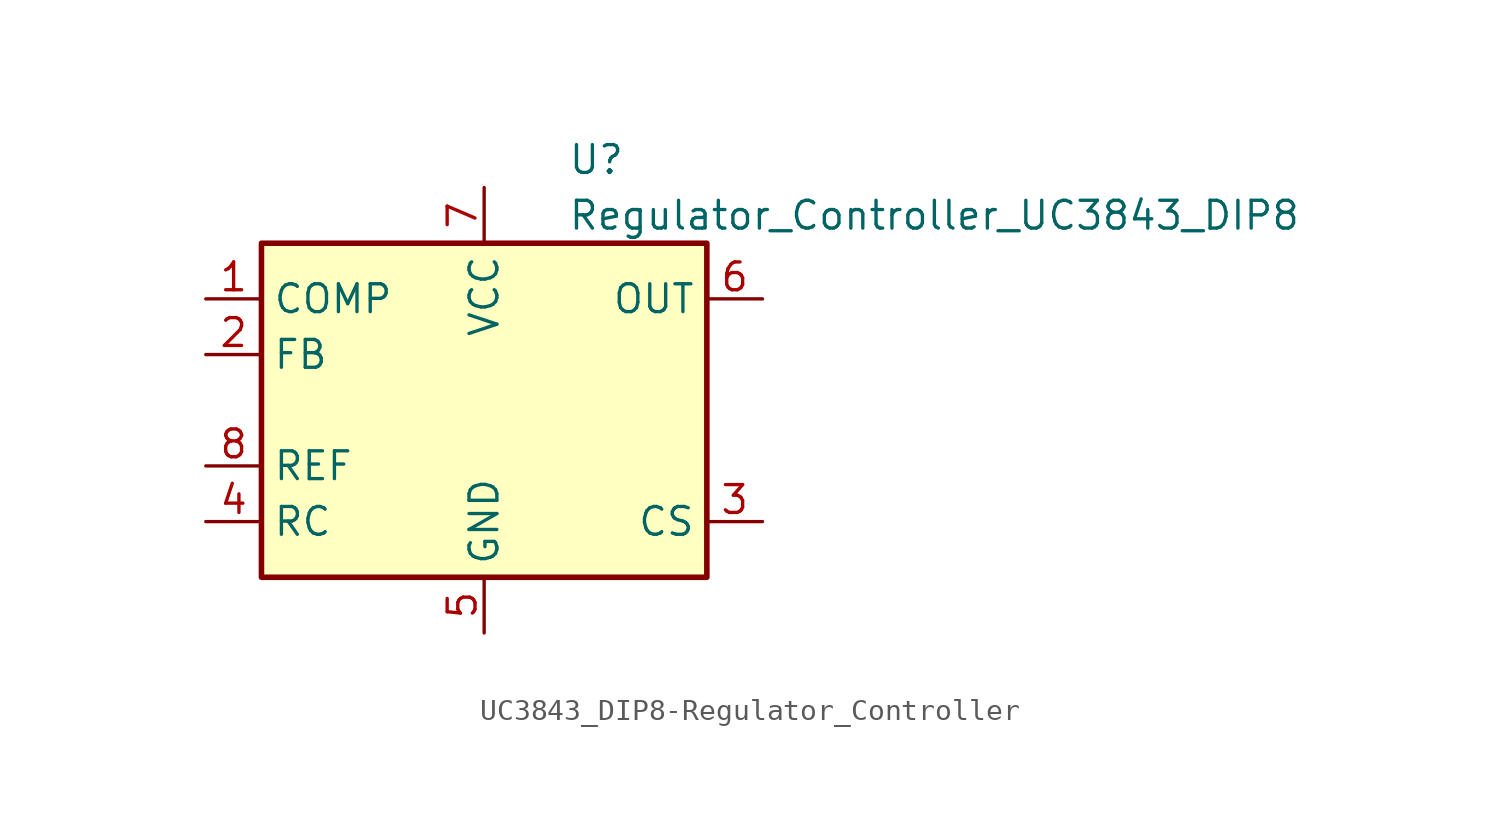
<source format=kicad_sym>
(kicad_symbol_lib
  (version 20220914)
  (generator kicad_symbol_editor)
  (symbol "UC3843_DIP8-Regulator_Controller"
    (property "Reference" "U"
      (at 3.81 11.43 0)
      (effects (font (size 1.27 1.27)) (justify left)))
    (property "Value" "Regulator_Controller_UC3843_DIP8"
      (at 3.81 8.89 0)
      (effects (font (size 1.27 1.27)) (justify left)))
    (symbol "UC3843_DIP8-Regulator_Controller_0_1"
      (rectangle (start -10.16 -7.62) (end 10.16 7.62) (stroke (width 0.254) (type solid)) (fill (type background))))
    (symbol "UC3843_DIP8-Regulator_Controller_1_1"
      (pin passive line (at -12.7 5.08 0) (length 2.54) (name "COMP" (effects (font (size 1.27 1.27)))) (number "1" (effects (font (size 1.27 1.27)))))
      (pin input line (at -12.7 2.54 0) (length 2.54) (name "FB" (effects (font (size 1.27 1.27)))) (number "2" (effects (font (size 1.27 1.27)))))
      (pin input line (at 12.7 -5.08 180) (length 2.54) (name "CS" (effects (font (size 1.27 1.27)))) (number "3" (effects (font (size 1.27 1.27)))))
      (pin passive line (at -12.7 -5.08 0) (length 2.54) (name "RC" (effects (font (size 1.27 1.27)))) (number "4" (effects (font (size 1.27 1.27)))))
      (pin power_in line (at 0 -10.16 90) (length 2.54) (name "GND" (effects (font (size 1.27 1.27)))) (number "5" (effects (font (size 1.27 1.27)))))
      (pin output line (at 12.7 5.08 180) (length 2.54) (name "OUT" (effects (font (size 1.27 1.27)))) (number "6" (effects (font (size 1.27 1.27)))))
      (pin power_in line (at 0 10.16 270) (length 2.54) (name "VCC" (effects (font (size 1.27 1.27)))) (number "7" (effects (font (size 1.27 1.27)))))
      (pin power_in line (at -12.7 -2.54 0) (length 2.54) (name "REF" (effects (font (size 1.27 1.27)))) (number "8" (effects (font (size 1.27 1.27))))))))
</source>
